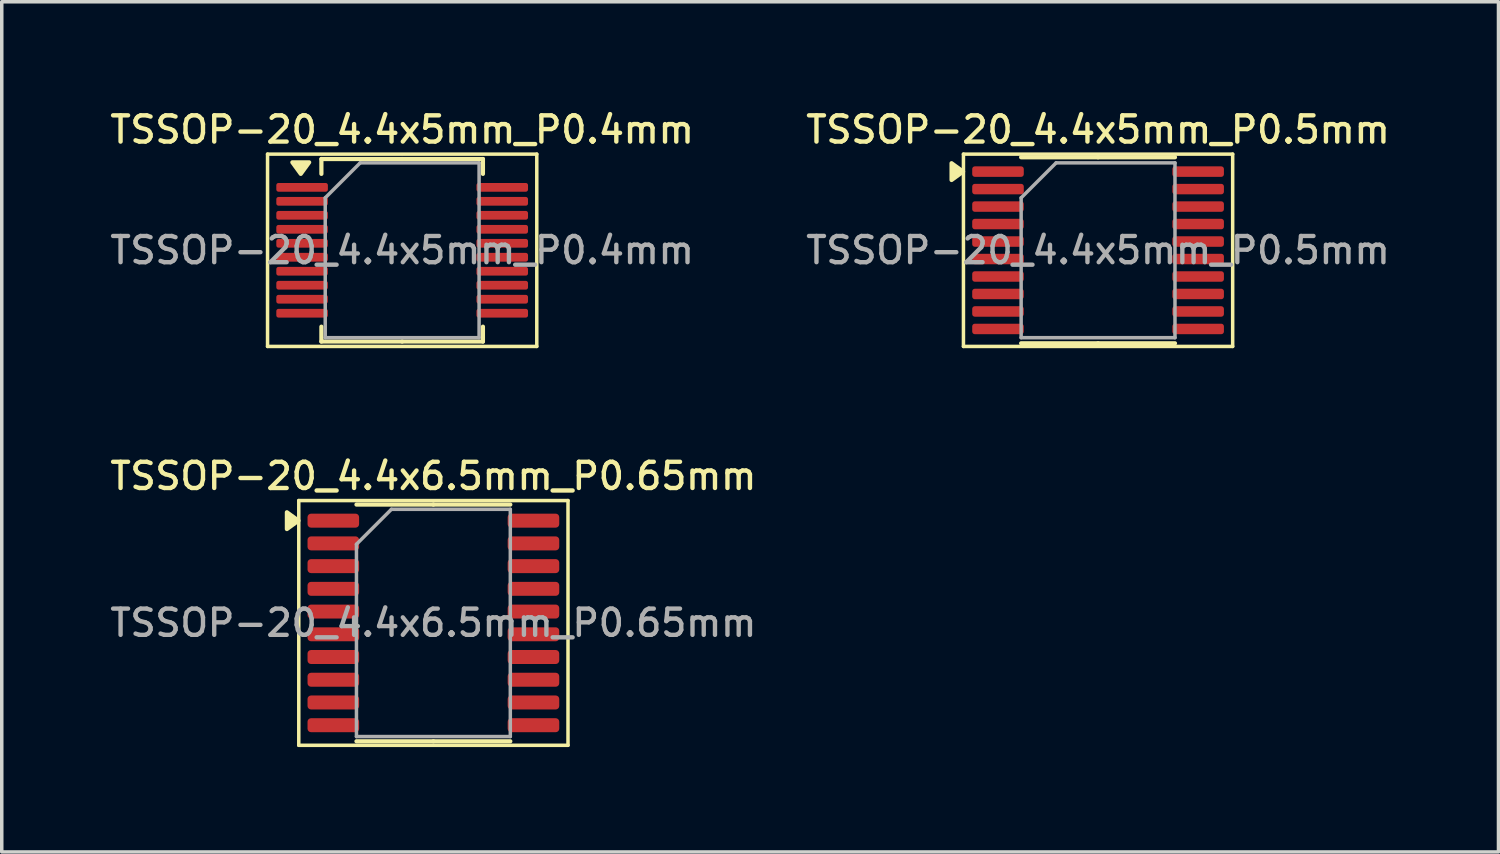
<source format=kicad_pcb>
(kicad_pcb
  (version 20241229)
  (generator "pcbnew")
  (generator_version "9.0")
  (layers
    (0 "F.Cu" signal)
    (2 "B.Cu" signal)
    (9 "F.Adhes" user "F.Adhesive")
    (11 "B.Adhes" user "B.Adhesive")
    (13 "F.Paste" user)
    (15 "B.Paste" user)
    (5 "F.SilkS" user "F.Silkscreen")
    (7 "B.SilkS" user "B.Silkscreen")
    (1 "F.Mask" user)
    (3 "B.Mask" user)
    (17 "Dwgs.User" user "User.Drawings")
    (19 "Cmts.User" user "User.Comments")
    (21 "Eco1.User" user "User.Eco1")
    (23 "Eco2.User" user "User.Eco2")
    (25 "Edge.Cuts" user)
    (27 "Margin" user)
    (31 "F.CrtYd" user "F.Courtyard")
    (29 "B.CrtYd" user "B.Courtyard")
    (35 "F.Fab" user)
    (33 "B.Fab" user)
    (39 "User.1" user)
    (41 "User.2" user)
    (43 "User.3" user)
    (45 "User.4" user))
  (footprint "TSSOP-20_4.4x6.5mm_P0.65mm"
    (layer "F.Cu")
    (at 9.345 14.766)
    (property "Reference" "TSSOP-20_4.4x6.5mm_P0.65mm" (at 0 -4.2 0) (layer "F.SilkS") (effects (font (size 0.75 0.75) (thickness 0.125))))
    (attr smd)
    (fp_line (start -3.85 -3.5) (end -3.85 3.5) (stroke (width 0.1) (type solid)) (layer "F.SilkS"))
    (fp_line (start -3.85 3.5) (end 3.85 3.5) (stroke (width 0.1) (type solid)) (layer "F.SilkS"))
    (fp_line (start 0 -3.385) (end -2.2 -3.385) (stroke (width 0.12) (type solid)) (layer "F.SilkS"))
    (fp_line (start 0 -3.385) (end 2.2 -3.385) (stroke (width 0.12) (type solid)) (layer "F.SilkS"))
    (fp_line (start 0 3.385) (end -2.2 3.385) (stroke (width 0.12) (type solid)) (layer "F.SilkS"))
    (fp_line (start 0 3.385) (end 2.2 3.385) (stroke (width 0.12) (type solid)) (layer "F.SilkS"))
    (fp_line (start 3.85 -3.5) (end -3.85 -3.5) (stroke (width 0.1) (type solid)) (layer "F.SilkS"))
    (fp_line (start 3.85 3.5) (end 3.85 -3.5) (stroke (width 0.1) (type solid)) (layer "F.SilkS"))
    (fp_poly (pts (xy -3.86 -2.925) (xy -4.19 -3.165) (xy -4.19 -2.685) (xy -3.86 -2.925)) (stroke (width 0.12) (type solid)) (fill yes) (layer "F.SilkS"))
    (fp_line (start -2.2 -2.25) (end -1.2 -3.25) (stroke (width 0.1) (type solid)) (layer "F.Fab"))
    (fp_line (start -2.2 3.25) (end -2.2 -2.25) (stroke (width 0.1) (type solid)) (layer "F.Fab"))
    (fp_line (start -1.2 -3.25) (end 2.2 -3.25) (stroke (width 0.1) (type solid)) (layer "F.Fab"))
    (fp_line (start 2.2 -3.25) (end 2.2 3.25) (stroke (width 0.1) (type solid)) (layer "F.Fab"))
    (fp_line (start 2.2 3.25) (end -2.2 3.25) (stroke (width 0.1) (type solid)) (layer "F.Fab"))
    (fp_text user "${REFERENCE}" (at 0 0 0) (layer "F.Fab") (effects (font (size 0.75 0.75) (thickness 0.125))))
    (pad "1" smd roundrect (at -2.862 -2.925) (size 1.475 0.4) (layers "F.Cu" "F.Mask" "F.Paste") (roundrect_rratio 0.25))
    (pad "2" smd roundrect (at -2.862 -2.275) (size 1.475 0.4) (layers "F.Cu" "F.Mask" "F.Paste") (roundrect_rratio 0.25))
    (pad "3" smd roundrect (at -2.862 -1.625) (size 1.475 0.4) (layers "F.Cu" "F.Mask" "F.Paste") (roundrect_rratio 0.25))
    (pad "4" smd roundrect (at -2.862 -0.975) (size 1.475 0.4) (layers "F.Cu" "F.Mask" "F.Paste") (roundrect_rratio 0.25))
    (pad "5" smd roundrect (at -2.862 -0.325) (size 1.475 0.4) (layers "F.Cu" "F.Mask" "F.Paste") (roundrect_rratio 0.25))
    (pad "6" smd roundrect (at -2.862 0.325) (size 1.475 0.4) (layers "F.Cu" "F.Mask" "F.Paste") (roundrect_rratio 0.25))
    (pad "7" smd roundrect (at -2.862 0.975) (size 1.475 0.4) (layers "F.Cu" "F.Mask" "F.Paste") (roundrect_rratio 0.25))
    (pad "8" smd roundrect (at -2.862 1.625) (size 1.475 0.4) (layers "F.Cu" "F.Mask" "F.Paste") (roundrect_rratio 0.25))
    (pad "9" smd roundrect (at -2.862 2.275) (size 1.475 0.4) (layers "F.Cu" "F.Mask" "F.Paste") (roundrect_rratio 0.25))
    (pad "10" smd roundrect (at -2.862 2.925) (size 1.475 0.4) (layers "F.Cu" "F.Mask" "F.Paste") (roundrect_rratio 0.25))
    (pad "11" smd roundrect (at 2.862 2.925) (size 1.475 0.4) (layers "F.Cu" "F.Mask" "F.Paste") (roundrect_rratio 0.25))
    (pad "12" smd roundrect (at 2.862 2.275) (size 1.475 0.4) (layers "F.Cu" "F.Mask" "F.Paste") (roundrect_rratio 0.25))
    (pad "13" smd roundrect (at 2.862 1.625) (size 1.475 0.4) (layers "F.Cu" "F.Mask" "F.Paste") (roundrect_rratio 0.25))
    (pad "14" smd roundrect (at 2.862 0.975) (size 1.475 0.4) (layers "F.Cu" "F.Mask" "F.Paste") (roundrect_rratio 0.25))
    (pad "15" smd roundrect (at 2.862 0.325) (size 1.475 0.4) (layers "F.Cu" "F.Mask" "F.Paste") (roundrect_rratio 0.25))
    (pad "16" smd roundrect (at 2.862 -0.325) (size 1.475 0.4) (layers "F.Cu" "F.Mask" "F.Paste") (roundrect_rratio 0.25))
    (pad "17" smd roundrect (at 2.862 -0.975) (size 1.475 0.4) (layers "F.Cu" "F.Mask" "F.Paste") (roundrect_rratio 0.25))
    (pad "18" smd roundrect (at 2.862 -1.625) (size 1.475 0.4) (layers "F.Cu" "F.Mask" "F.Paste") (roundrect_rratio 0.25))
    (pad "19" smd roundrect (at 2.862 -2.275) (size 1.475 0.4) (layers "F.Cu" "F.Mask" "F.Paste") (roundrect_rratio 0.25))
    (pad "20" smd roundrect (at 2.862 -2.925) (size 1.475 0.4) (layers "F.Cu" "F.Mask" "F.Paste") (roundrect_rratio 0.25)))
  (footprint "TSSOP-20_4.4x5mm_P0.5mm"
    (layer "F.Cu")
    (at 28.355 4.108)
    (property "Reference" "TSSOP-20_4.4x5mm_P0.5mm" (at 0 -3.45 0) (layer "F.SilkS") (effects (font (size 0.75 0.75) (thickness 0.125))))
    (attr smd)
    (fp_line (start -3.85 -2.75) (end -3.85 2.75) (stroke (width 0.1) (type solid)) (layer "F.SilkS"))
    (fp_line (start -3.85 2.75) (end 3.85 2.75) (stroke (width 0.1) (type solid)) (layer "F.SilkS"))
    (fp_line (start 0 -2.66) (end -2.2 -2.66) (stroke (width 0.12) (type solid)) (layer "F.SilkS"))
    (fp_line (start 0 -2.66) (end 2.2 -2.66) (stroke (width 0.12) (type solid)) (layer "F.SilkS"))
    (fp_line (start 0 2.66) (end -2.2 2.66) (stroke (width 0.12) (type solid)) (layer "F.SilkS"))
    (fp_line (start 0 2.66) (end 2.2 2.66) (stroke (width 0.12) (type solid)) (layer "F.SilkS"))
    (fp_line (start 3.85 -2.75) (end -3.85 -2.75) (stroke (width 0.1) (type solid)) (layer "F.SilkS"))
    (fp_line (start 3.85 2.75) (end 3.85 -2.75) (stroke (width 0.1) (type solid)) (layer "F.SilkS"))
    (fp_poly (pts (xy -3.86 -2.25) (xy -4.19 -2.49) (xy -4.19 -2.01) (xy -3.86 -2.25)) (stroke (width 0.12) (type solid)) (fill yes) (layer "F.SilkS"))
    (fp_line (start -2.2 -1.5) (end -1.2 -2.5) (stroke (width 0.1) (type solid)) (layer "F.Fab"))
    (fp_line (start -2.2 2.5) (end -2.2 -1.5) (stroke (width 0.1) (type solid)) (layer "F.Fab"))
    (fp_line (start -1.2 -2.5) (end 2.2 -2.5) (stroke (width 0.1) (type solid)) (layer "F.Fab"))
    (fp_line (start 2.2 -2.5) (end 2.2 2.5) (stroke (width 0.1) (type solid)) (layer "F.Fab"))
    (fp_line (start 2.2 2.5) (end -2.2 2.5) (stroke (width 0.1) (type solid)) (layer "F.Fab"))
    (fp_text user "${REFERENCE}" (at 0 0 0) (layer "F.Fab") (effects (font (size 0.75 0.75) (thickness 0.125))))
    (pad "1" smd roundrect (at -2.862 -2.25) (size 1.475 0.3) (layers "F.Cu" "F.Mask" "F.Paste") (roundrect_rratio 0.25))
    (pad "2" smd roundrect (at -2.862 -1.75) (size 1.475 0.3) (layers "F.Cu" "F.Mask" "F.Paste") (roundrect_rratio 0.25))
    (pad "3" smd roundrect (at -2.862 -1.25) (size 1.475 0.3) (layers "F.Cu" "F.Mask" "F.Paste") (roundrect_rratio 0.25))
    (pad "4" smd roundrect (at -2.862 -0.75) (size 1.475 0.3) (layers "F.Cu" "F.Mask" "F.Paste") (roundrect_rratio 0.25))
    (pad "5" smd roundrect (at -2.862 -0.25) (size 1.475 0.3) (layers "F.Cu" "F.Mask" "F.Paste") (roundrect_rratio 0.25))
    (pad "6" smd roundrect (at -2.862 0.25) (size 1.475 0.3) (layers "F.Cu" "F.Mask" "F.Paste") (roundrect_rratio 0.25))
    (pad "7" smd roundrect (at -2.862 0.75) (size 1.475 0.3) (layers "F.Cu" "F.Mask" "F.Paste") (roundrect_rratio 0.25))
    (pad "8" smd roundrect (at -2.862 1.25) (size 1.475 0.3) (layers "F.Cu" "F.Mask" "F.Paste") (roundrect_rratio 0.25))
    (pad "9" smd roundrect (at -2.862 1.75) (size 1.475 0.3) (layers "F.Cu" "F.Mask" "F.Paste") (roundrect_rratio 0.25))
    (pad "10" smd roundrect (at -2.862 2.25) (size 1.475 0.3) (layers "F.Cu" "F.Mask" "F.Paste") (roundrect_rratio 0.25))
    (pad "11" smd roundrect (at 2.862 2.25) (size 1.475 0.3) (layers "F.Cu" "F.Mask" "F.Paste") (roundrect_rratio 0.25))
    (pad "12" smd roundrect (at 2.862 1.75) (size 1.475 0.3) (layers "F.Cu" "F.Mask" "F.Paste") (roundrect_rratio 0.25))
    (pad "13" smd roundrect (at 2.862 1.25) (size 1.475 0.3) (layers "F.Cu" "F.Mask" "F.Paste") (roundrect_rratio 0.25))
    (pad "14" smd roundrect (at 2.862 0.75) (size 1.475 0.3) (layers "F.Cu" "F.Mask" "F.Paste") (roundrect_rratio 0.25))
    (pad "15" smd roundrect (at 2.862 0.25) (size 1.475 0.3) (layers "F.Cu" "F.Mask" "F.Paste") (roundrect_rratio 0.25))
    (pad "16" smd roundrect (at 2.862 -0.25) (size 1.475 0.3) (layers "F.Cu" "F.Mask" "F.Paste") (roundrect_rratio 0.25))
    (pad "17" smd roundrect (at 2.862 -0.75) (size 1.475 0.3) (layers "F.Cu" "F.Mask" "F.Paste") (roundrect_rratio 0.25))
    (pad "18" smd roundrect (at 2.862 -1.25) (size 1.475 0.3) (layers "F.Cu" "F.Mask" "F.Paste") (roundrect_rratio 0.25))
    (pad "19" smd roundrect (at 2.862 -1.75) (size 1.475 0.3) (layers "F.Cu" "F.Mask" "F.Paste") (roundrect_rratio 0.25))
    (pad "20" smd roundrect (at 2.862 -2.25) (size 1.475 0.3) (layers "F.Cu" "F.Mask" "F.Paste") (roundrect_rratio 0.25)))
  (footprint "TSSOP-20_4.4x5mm_P0.4mm"
    (layer "F.Cu")
    (at 8.452 4.108)
    (property "Reference" "TSSOP-20_4.4x5mm_P0.4mm" (at 0 -3.45 0) (layer "F.SilkS") (effects (font (size 0.75 0.75) (thickness 0.125))))
    (attr smd)
    (fp_line (start -3.85 -2.75) (end -3.85 2.75) (stroke (width 0.1) (type solid)) (layer "F.SilkS"))
    (fp_line (start -3.85 2.75) (end 3.85 2.75) (stroke (width 0.1) (type solid)) (layer "F.SilkS"))
    (fp_line (start -2.31 -2.61) (end -2.31 -2.185) (stroke (width 0.12) (type solid)) (layer "F.SilkS"))
    (fp_line (start -2.31 2.61) (end -2.31 2.185) (stroke (width 0.12) (type solid)) (layer "F.SilkS"))
    (fp_line (start 0 -2.61) (end -2.31 -2.61) (stroke (width 0.12) (type solid)) (layer "F.SilkS"))
    (fp_line (start 0 -2.61) (end 2.31 -2.61) (stroke (width 0.12) (type solid)) (layer "F.SilkS"))
    (fp_line (start 0 2.61) (end -2.31 2.61) (stroke (width 0.12) (type solid)) (layer "F.SilkS"))
    (fp_line (start 0 2.61) (end 2.31 2.61) (stroke (width 0.12) (type solid)) (layer "F.SilkS"))
    (fp_line (start 2.31 -2.61) (end 2.31 -2.185) (stroke (width 0.12) (type solid)) (layer "F.SilkS"))
    (fp_line (start 2.31 2.61) (end 2.31 2.185) (stroke (width 0.12) (type solid)) (layer "F.SilkS"))
    (fp_line (start 3.85 -2.75) (end -3.85 -2.75) (stroke (width 0.1) (type solid)) (layer "F.SilkS"))
    (fp_line (start 3.85 2.75) (end 3.85 -2.75) (stroke (width 0.1) (type solid)) (layer "F.SilkS"))
    (fp_poly (pts (xy -2.9 -2.185) (xy -3.14 -2.515) (xy -2.66 -2.515) (xy -2.9 -2.185)) (stroke (width 0.12) (type solid)) (fill yes) (layer "F.SilkS"))
    (fp_line (start -2.2 -1.5) (end -1.2 -2.5) (stroke (width 0.1) (type solid)) (layer "F.Fab"))
    (fp_line (start -2.2 2.5) (end -2.2 -1.5) (stroke (width 0.1) (type solid)) (layer "F.Fab"))
    (fp_line (start -1.2 -2.5) (end 2.2 -2.5) (stroke (width 0.1) (type solid)) (layer "F.Fab"))
    (fp_line (start 2.2 -2.5) (end 2.2 2.5) (stroke (width 0.1) (type solid)) (layer "F.Fab"))
    (fp_line (start 2.2 2.5) (end -2.2 2.5) (stroke (width 0.1) (type solid)) (layer "F.Fab"))
    (fp_text user "${REFERENCE}" (at 0 0 0) (layer "F.Fab") (effects (font (size 0.75 0.75) (thickness 0.125))))
    (pad "1" smd roundrect (at -2.862 -1.8) (size 1.475 0.25) (layers "F.Cu" "F.Mask" "F.Paste") (roundrect_rratio 0.25))
    (pad "2" smd roundrect (at -2.862 -1.4) (size 1.475 0.25) (layers "F.Cu" "F.Mask" "F.Paste") (roundrect_rratio 0.25))
    (pad "3" smd roundrect (at -2.862 -1) (size 1.475 0.25) (layers "F.Cu" "F.Mask" "F.Paste") (roundrect_rratio 0.25))
    (pad "4" smd roundrect (at -2.862 -0.6) (size 1.475 0.25) (layers "F.Cu" "F.Mask" "F.Paste") (roundrect_rratio 0.25))
    (pad "5" smd roundrect (at -2.862 -0.2) (size 1.475 0.25) (layers "F.Cu" "F.Mask" "F.Paste") (roundrect_rratio 0.25))
    (pad "6" smd roundrect (at -2.862 0.2) (size 1.475 0.25) (layers "F.Cu" "F.Mask" "F.Paste") (roundrect_rratio 0.25))
    (pad "7" smd roundrect (at -2.862 0.6) (size 1.475 0.25) (layers "F.Cu" "F.Mask" "F.Paste") (roundrect_rratio 0.25))
    (pad "8" smd roundrect (at -2.862 1) (size 1.475 0.25) (layers "F.Cu" "F.Mask" "F.Paste") (roundrect_rratio 0.25))
    (pad "9" smd roundrect (at -2.862 1.4) (size 1.475 0.25) (layers "F.Cu" "F.Mask" "F.Paste") (roundrect_rratio 0.25))
    (pad "10" smd roundrect (at -2.862 1.8) (size 1.475 0.25) (layers "F.Cu" "F.Mask" "F.Paste") (roundrect_rratio 0.25))
    (pad "11" smd roundrect (at 2.862 1.8) (size 1.475 0.25) (layers "F.Cu" "F.Mask" "F.Paste") (roundrect_rratio 0.25))
    (pad "12" smd roundrect (at 2.862 1.4) (size 1.475 0.25) (layers "F.Cu" "F.Mask" "F.Paste") (roundrect_rratio 0.25))
    (pad "13" smd roundrect (at 2.862 1) (size 1.475 0.25) (layers "F.Cu" "F.Mask" "F.Paste") (roundrect_rratio 0.25))
    (pad "14" smd roundrect (at 2.862 0.6) (size 1.475 0.25) (layers "F.Cu" "F.Mask" "F.Paste") (roundrect_rratio 0.25))
    (pad "15" smd roundrect (at 2.862 0.2) (size 1.475 0.25) (layers "F.Cu" "F.Mask" "F.Paste") (roundrect_rratio 0.25))
    (pad "16" smd roundrect (at 2.862 -0.2) (size 1.475 0.25) (layers "F.Cu" "F.Mask" "F.Paste") (roundrect_rratio 0.25))
    (pad "17" smd roundrect (at 2.862 -0.6) (size 1.475 0.25) (layers "F.Cu" "F.Mask" "F.Paste") (roundrect_rratio 0.25))
    (pad "18" smd roundrect (at 2.862 -1) (size 1.475 0.25) (layers "F.Cu" "F.Mask" "F.Paste") (roundrect_rratio 0.25))
    (pad "19" smd roundrect (at 2.862 -1.4) (size 1.475 0.25) (layers "F.Cu" "F.Mask" "F.Paste") (roundrect_rratio 0.25))
    (pad "20" smd roundrect (at 2.862 -1.8) (size 1.475 0.25) (layers "F.Cu" "F.Mask" "F.Paste") (roundrect_rratio 0.25)))
  (gr_rect
    (start -3 -3)
    (end 39.807 21.316)
    (stroke (width 0.1) (type default))
    (fill no)
    (layer "Edge.Cuts")))
</source>
